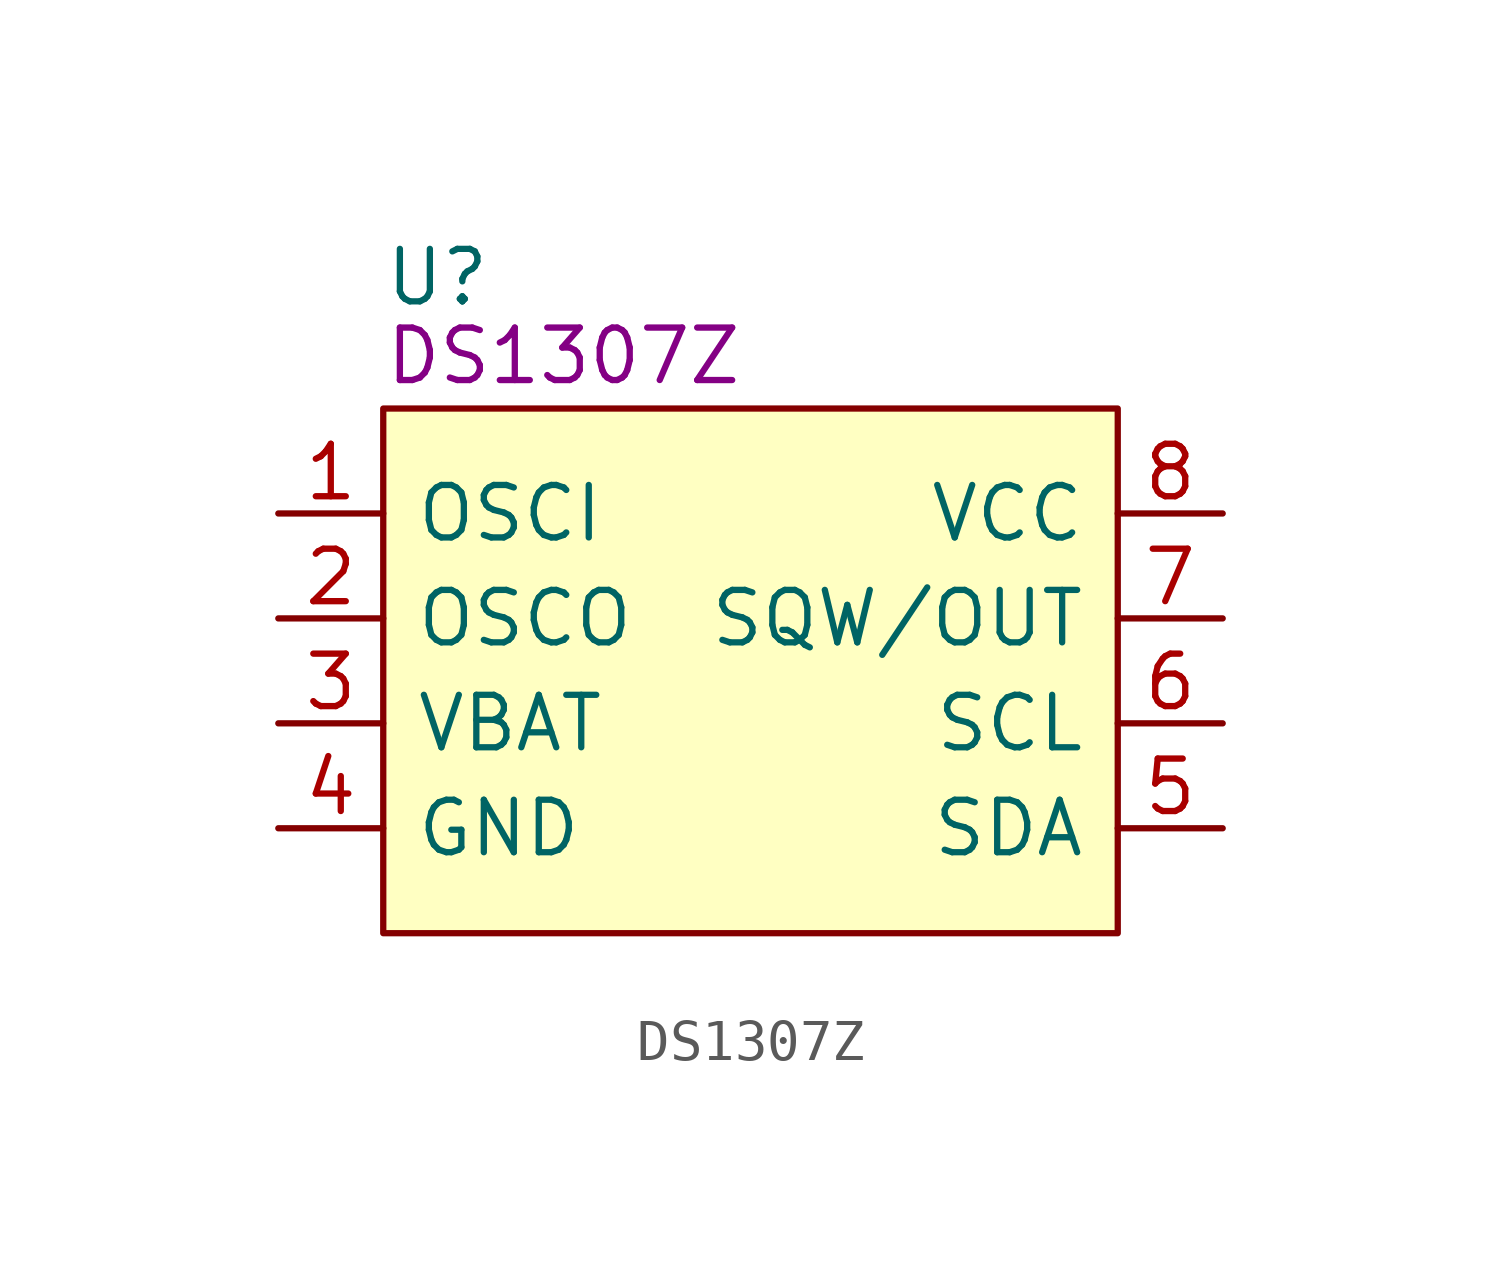
<source format=kicad_sym>
(kicad_symbol_lib
  (version 20211014)
  (generator kicad_symbol_editor)
  (symbol "DS1307Z"
    (pin_names
      (offset 0.762))
    (property "Reference" "U"
      (at -8.89 9.525 0)
      (effects (font (size 1.27 1.27)) (justify left)))
    (property "Symbol" "DS1307Z"
      (at -8.89 7.62 0)
      (effects (font (size 1.27 1.27)) (justify left)))
    (symbol "DS1307Z_0_0"
      (pin passive line (at -11.43 3.81 0) (length 2.54) (name "OSCI" (effects (font (size 1.27 1.27)))) (number "1" (effects (font (size 1.27 1.27)))))
      (pin passive line (at -11.43 1.27 0) (length 2.54) (name "OSCO" (effects (font (size 1.27 1.27)))) (number "2" (effects (font (size 1.27 1.27)))))
      (pin passive line (at -11.43 -1.27 0) (length 2.54) (name "VBAT" (effects (font (size 1.27 1.27)))) (number "3" (effects (font (size 1.27 1.27)))))
      (pin passive line (at -11.43 -3.81 0) (length 2.54) (name "GND" (effects (font (size 1.27 1.27)))) (number "4" (effects (font (size 1.27 1.27)))))
      (pin passive line (at 11.43 -3.81 180) (length 2.54) (name "SDA" (effects (font (size 1.27 1.27)))) (number "5" (effects (font (size 1.27 1.27)))))
      (pin passive line (at 11.43 -1.27 180) (length 2.54) (name "SCL" (effects (font (size 1.27 1.27)))) (number "6" (effects (font (size 1.27 1.27)))))
      (pin passive line (at 11.43 1.27 180) (length 2.54) (name "SQW/OUT" (effects (font (size 1.27 1.27)))) (number "7" (effects (font (size 1.27 1.27)))))
      (pin passive line (at 11.43 3.81 180) (length 2.54) (name "VCC" (effects (font (size 1.27 1.27)))) (number "8" (effects (font (size 1.27 1.27))))))
    (symbol "DS1307Z_0_1"
      (polyline (pts (xy -8.89 6.35) (xy 8.89 6.35) (xy 8.89 -6.35) (xy -8.89 -6.35) (xy -8.89 6.35)) (stroke (width 0.152) (type default) (color 0 0 0 0)) (fill (type background))))))
</source>
